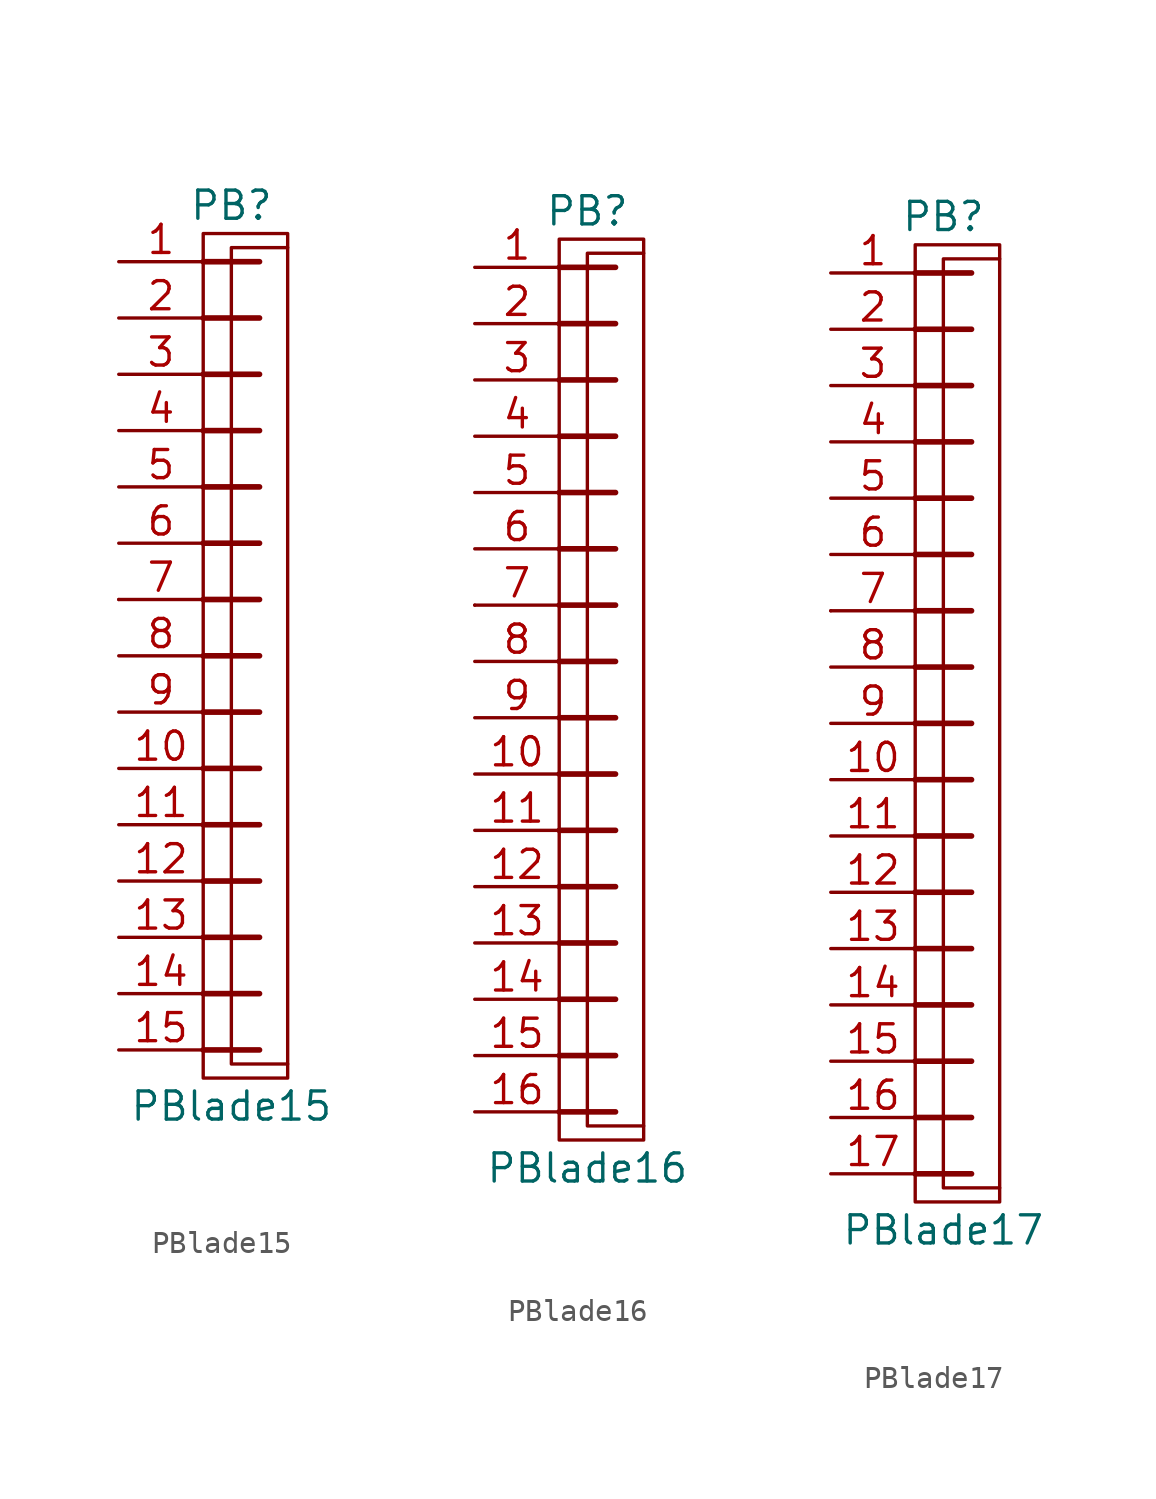
<source format=kicad_sym>
(kicad_symbol_lib
  (version 20211014)
  (generator kicad_symbol_editor)
  (symbol "PBlade15"
    (pin_names
      (offset 1.016) hide)
    (property "Reference" "PB"
      (at -1.27 20.32 0)
      (effects (font (size 1.27 1.27))))
    (property "Value" "PBlade15"
      (at -1.27 -20.32 0)
      (effects (font (size 1.27 1.27))))
    (property "Footprint" ""
      (at -1.27 13.97 0)
      (effects (font (size 1.524 1.524))))
    (property "Datasheet" ""
      (at -1.27 13.97 0)
      (effects (font (size 1.524 1.524))))
    (symbol "PBlade15_0_1"
      (rectangle (start -2.54 19.05) (end 1.27 -19.05) (stroke (width 0) (type default) (color 0 0 0 0)) (fill (type none)))
      (polyline (pts (xy -6.35 2.54) (xy -6.35 2.54)) (stroke (width 0) (type default) (color 0 0 0 0)) (fill (type none)))
      (polyline (pts (xy -2.54 -17.78) (xy 0 -17.78)) (stroke (width 0.254) (type default) (color 0 0 0 0)) (fill (type none)))
      (polyline (pts (xy -2.54 -15.24) (xy 0 -15.24)) (stroke (width 0.254) (type default) (color 0 0 0 0)) (fill (type none)))
      (polyline (pts (xy -2.54 -12.7) (xy 0 -12.7)) (stroke (width 0.254) (type default) (color 0 0 0 0)) (fill (type none)))
      (polyline (pts (xy -2.54 -10.16) (xy 0 -10.16)) (stroke (width 0.254) (type default) (color 0 0 0 0)) (fill (type none)))
      (polyline (pts (xy -2.54 -7.62) (xy 0 -7.62)) (stroke (width 0.254) (type default) (color 0 0 0 0)) (fill (type none)))
      (polyline (pts (xy -2.54 -5.08) (xy 0 -5.08)) (stroke (width 0.254) (type default) (color 0 0 0 0)) (fill (type none)))
      (polyline (pts (xy -2.54 -2.54) (xy 0 -2.54)) (stroke (width 0.254) (type default) (color 0 0 0 0)) (fill (type none)))
      (polyline (pts (xy -2.54 0) (xy 0 0)) (stroke (width 0.254) (type default) (color 0 0 0 0)) (fill (type none)))
      (polyline (pts (xy -2.54 2.54) (xy 0 2.54)) (stroke (width 0.254) (type default) (color 0 0 0 0)) (fill (type none)))
      (polyline (pts (xy -2.54 5.08) (xy 0 5.08)) (stroke (width 0.254) (type default) (color 0 0 0 0)) (fill (type none)))
      (polyline (pts (xy -2.54 7.62) (xy 0 7.62)) (stroke (width 0.254) (type default) (color 0 0 0 0)) (fill (type none)))
      (polyline (pts (xy -2.54 10.16) (xy 0 10.16)) (stroke (width 0.254) (type default) (color 0 0 0 0)) (fill (type none)))
      (polyline (pts (xy -2.54 12.7) (xy 0 12.7)) (stroke (width 0.254) (type default) (color 0 0 0 0)) (fill (type none)))
      (polyline (pts (xy -2.54 15.24) (xy 0 15.24)) (stroke (width 0.254) (type default) (color 0 0 0 0)) (fill (type none)))
      (polyline (pts (xy -2.54 17.78) (xy 0 17.78)) (stroke (width 0.254) (type default) (color 0 0 0 0)) (fill (type none)))
      (polyline (pts (xy 1.27 18.415) (xy -1.27 18.415) (xy -1.27 -18.415) (xy 1.27 -18.415)) (stroke (width 0) (type default) (color 0 0 0 0)) (fill (type none))))
    (symbol "PBlade15_1_1"
      (pin passive line (at -6.35 17.78 0) (length 3.81) (name "~" (effects (font (size 1.27 1.27)))) (number "1" (effects (font (size 1.27 1.27)))))
      (pin passive line (at -6.35 -5.08 0) (length 3.81) (name "~" (effects (font (size 1.27 1.27)))) (number "10" (effects (font (size 1.27 1.27)))))
      (pin passive line (at -6.35 -7.62 0) (length 3.81) (name "~" (effects (font (size 1.27 1.27)))) (number "11" (effects (font (size 1.27 1.27)))))
      (pin passive line (at -6.35 -10.16 0) (length 3.81) (name "~" (effects (font (size 1.27 1.27)))) (number "12" (effects (font (size 1.27 1.27)))))
      (pin passive line (at -6.35 -12.7 0) (length 3.81) (name "~" (effects (font (size 1.27 1.27)))) (number "13" (effects (font (size 1.27 1.27)))))
      (pin passive line (at -6.35 -15.24 0) (length 3.81) (name "~" (effects (font (size 1.27 1.27)))) (number "14" (effects (font (size 1.27 1.27)))))
      (pin passive line (at -6.35 -17.78 0) (length 3.81) (name "~" (effects (font (size 1.27 1.27)))) (number "15" (effects (font (size 1.27 1.27)))))
      (pin passive line (at -6.35 15.24 0) (length 3.81) (name "~" (effects (font (size 1.27 1.27)))) (number "2" (effects (font (size 1.27 1.27)))))
      (pin passive line (at -6.35 12.7 0) (length 3.81) (name "~" (effects (font (size 1.27 1.27)))) (number "3" (effects (font (size 1.27 1.27)))))
      (pin passive line (at -6.35 10.16 0) (length 3.81) (name "~" (effects (font (size 1.27 1.27)))) (number "4" (effects (font (size 1.27 1.27)))))
      (pin passive line (at -6.35 7.62 0) (length 3.81) (name "~" (effects (font (size 1.27 1.27)))) (number "5" (effects (font (size 1.27 1.27)))))
      (pin passive line (at -6.35 5.08 0) (length 3.81) (name "~" (effects (font (size 1.27 1.27)))) (number "6" (effects (font (size 1.27 1.27)))))
      (pin passive line (at -6.35 2.54 0) (length 3.81) (name "~" (effects (font (size 1.27 1.27)))) (number "7" (effects (font (size 1.27 1.27)))))
      (pin passive line (at -6.35 0 0) (length 3.81) (name "~" (effects (font (size 1.27 1.27)))) (number "8" (effects (font (size 1.27 1.27)))))
      (pin passive line (at -6.35 -2.54 0) (length 3.81) (name "~" (effects (font (size 1.27 1.27)))) (number "9" (effects (font (size 1.27 1.27)))))))
  (symbol "PBlade16"
    (pin_names
      (offset 1.016) hide)
    (property "Reference" "PB"
      (at -1.27 20.32 0)
      (effects (font (size 1.27 1.27))))
    (property "Value" "PBlade16"
      (at -1.27 -22.86 0)
      (effects (font (size 1.27 1.27))))
    (property "Footprint" ""
      (at -1.27 13.97 0)
      (effects (font (size 1.524 1.524))))
    (property "Datasheet" ""
      (at -1.27 13.97 0)
      (effects (font (size 1.524 1.524))))
    (symbol "PBlade16_0_1"
      (rectangle (start -2.54 19.05) (end 1.27 -21.59) (stroke (width 0) (type default) (color 0 0 0 0)) (fill (type none)))
      (polyline (pts (xy -6.35 2.54) (xy -6.35 2.54)) (stroke (width 0) (type default) (color 0 0 0 0)) (fill (type none)))
      (polyline (pts (xy -2.54 -20.32) (xy 0 -20.32)) (stroke (width 0.254) (type default) (color 0 0 0 0)) (fill (type none)))
      (polyline (pts (xy -2.54 -17.78) (xy 0 -17.78)) (stroke (width 0.254) (type default) (color 0 0 0 0)) (fill (type none)))
      (polyline (pts (xy -2.54 -15.24) (xy 0 -15.24)) (stroke (width 0.254) (type default) (color 0 0 0 0)) (fill (type none)))
      (polyline (pts (xy -2.54 -12.7) (xy 0 -12.7)) (stroke (width 0.254) (type default) (color 0 0 0 0)) (fill (type none)))
      (polyline (pts (xy -2.54 -10.16) (xy 0 -10.16)) (stroke (width 0.254) (type default) (color 0 0 0 0)) (fill (type none)))
      (polyline (pts (xy -2.54 -7.62) (xy 0 -7.62)) (stroke (width 0.254) (type default) (color 0 0 0 0)) (fill (type none)))
      (polyline (pts (xy -2.54 -5.08) (xy 0 -5.08)) (stroke (width 0.254) (type default) (color 0 0 0 0)) (fill (type none)))
      (polyline (pts (xy -2.54 -2.54) (xy 0 -2.54)) (stroke (width 0.254) (type default) (color 0 0 0 0)) (fill (type none)))
      (polyline (pts (xy -2.54 0) (xy 0 0)) (stroke (width 0.254) (type default) (color 0 0 0 0)) (fill (type none)))
      (polyline (pts (xy -2.54 2.54) (xy 0 2.54)) (stroke (width 0.254) (type default) (color 0 0 0 0)) (fill (type none)))
      (polyline (pts (xy -2.54 5.08) (xy 0 5.08)) (stroke (width 0.254) (type default) (color 0 0 0 0)) (fill (type none)))
      (polyline (pts (xy -2.54 7.62) (xy 0 7.62)) (stroke (width 0.254) (type default) (color 0 0 0 0)) (fill (type none)))
      (polyline (pts (xy -2.54 10.16) (xy 0 10.16)) (stroke (width 0.254) (type default) (color 0 0 0 0)) (fill (type none)))
      (polyline (pts (xy -2.54 12.7) (xy 0 12.7)) (stroke (width 0.254) (type default) (color 0 0 0 0)) (fill (type none)))
      (polyline (pts (xy -2.54 15.24) (xy 0 15.24)) (stroke (width 0.254) (type default) (color 0 0 0 0)) (fill (type none)))
      (polyline (pts (xy -2.54 17.78) (xy 0 17.78)) (stroke (width 0.254) (type default) (color 0 0 0 0)) (fill (type none)))
      (polyline (pts (xy 1.27 18.415) (xy -1.27 18.415) (xy -1.27 -20.955) (xy 1.27 -20.955)) (stroke (width 0) (type default) (color 0 0 0 0)) (fill (type none))))
    (symbol "PBlade16_1_1"
      (pin passive line (at -6.35 17.78 0) (length 3.81) (name "~" (effects (font (size 1.27 1.27)))) (number "1" (effects (font (size 1.27 1.27)))))
      (pin passive line (at -6.35 -5.08 0) (length 3.81) (name "~" (effects (font (size 1.27 1.27)))) (number "10" (effects (font (size 1.27 1.27)))))
      (pin passive line (at -6.35 -7.62 0) (length 3.81) (name "~" (effects (font (size 1.27 1.27)))) (number "11" (effects (font (size 1.27 1.27)))))
      (pin passive line (at -6.35 -10.16 0) (length 3.81) (name "~" (effects (font (size 1.27 1.27)))) (number "12" (effects (font (size 1.27 1.27)))))
      (pin passive line (at -6.35 -12.7 0) (length 3.81) (name "~" (effects (font (size 1.27 1.27)))) (number "13" (effects (font (size 1.27 1.27)))))
      (pin passive line (at -6.35 -15.24 0) (length 3.81) (name "~" (effects (font (size 1.27 1.27)))) (number "14" (effects (font (size 1.27 1.27)))))
      (pin passive line (at -6.35 -17.78 0) (length 3.81) (name "~" (effects (font (size 1.27 1.27)))) (number "15" (effects (font (size 1.27 1.27)))))
      (pin passive line (at -6.35 -20.32 0) (length 3.81) (name "~" (effects (font (size 1.27 1.27)))) (number "16" (effects (font (size 1.27 1.27)))))
      (pin passive line (at -6.35 15.24 0) (length 3.81) (name "~" (effects (font (size 1.27 1.27)))) (number "2" (effects (font (size 1.27 1.27)))))
      (pin passive line (at -6.35 12.7 0) (length 3.81) (name "~" (effects (font (size 1.27 1.27)))) (number "3" (effects (font (size 1.27 1.27)))))
      (pin passive line (at -6.35 10.16 0) (length 3.81) (name "~" (effects (font (size 1.27 1.27)))) (number "4" (effects (font (size 1.27 1.27)))))
      (pin passive line (at -6.35 7.62 0) (length 3.81) (name "~" (effects (font (size 1.27 1.27)))) (number "5" (effects (font (size 1.27 1.27)))))
      (pin passive line (at -6.35 5.08 0) (length 3.81) (name "~" (effects (font (size 1.27 1.27)))) (number "6" (effects (font (size 1.27 1.27)))))
      (pin passive line (at -6.35 2.54 0) (length 3.81) (name "~" (effects (font (size 1.27 1.27)))) (number "7" (effects (font (size 1.27 1.27)))))
      (pin passive line (at -6.35 0 0) (length 3.81) (name "~" (effects (font (size 1.27 1.27)))) (number "8" (effects (font (size 1.27 1.27)))))
      (pin passive line (at -6.35 -2.54 0) (length 3.81) (name "~" (effects (font (size 1.27 1.27)))) (number "9" (effects (font (size 1.27 1.27)))))))
  (symbol "PBlade17"
    (pin_names
      (offset 1.016) hide)
    (property "Reference" "PB"
      (at -1.27 22.86 0)
      (effects (font (size 1.27 1.27))))
    (property "Value" "PBlade17"
      (at -1.27 -22.86 0)
      (effects (font (size 1.27 1.27))))
    (property "Footprint" ""
      (at -1.27 16.51 0)
      (effects (font (size 1.524 1.524))))
    (property "Datasheet" ""
      (at -1.27 16.51 0)
      (effects (font (size 1.524 1.524))))
    (symbol "PBlade17_0_1"
      (rectangle (start -2.54 21.59) (end 1.27 -21.59) (stroke (width 0) (type default) (color 0 0 0 0)) (fill (type none)))
      (polyline (pts (xy -6.35 5.08) (xy -6.35 5.08)) (stroke (width 0) (type default) (color 0 0 0 0)) (fill (type none)))
      (polyline (pts (xy -2.54 -20.32) (xy 0 -20.32)) (stroke (width 0.254) (type default) (color 0 0 0 0)) (fill (type none)))
      (polyline (pts (xy -2.54 -17.78) (xy 0 -17.78)) (stroke (width 0.254) (type default) (color 0 0 0 0)) (fill (type none)))
      (polyline (pts (xy -2.54 -15.24) (xy 0 -15.24)) (stroke (width 0.254) (type default) (color 0 0 0 0)) (fill (type none)))
      (polyline (pts (xy -2.54 -12.7) (xy 0 -12.7)) (stroke (width 0.254) (type default) (color 0 0 0 0)) (fill (type none)))
      (polyline (pts (xy -2.54 -10.16) (xy 0 -10.16)) (stroke (width 0.254) (type default) (color 0 0 0 0)) (fill (type none)))
      (polyline (pts (xy -2.54 -7.62) (xy 0 -7.62)) (stroke (width 0.254) (type default) (color 0 0 0 0)) (fill (type none)))
      (polyline (pts (xy -2.54 -5.08) (xy 0 -5.08)) (stroke (width 0.254) (type default) (color 0 0 0 0)) (fill (type none)))
      (polyline (pts (xy -2.54 -2.54) (xy 0 -2.54)) (stroke (width 0.254) (type default) (color 0 0 0 0)) (fill (type none)))
      (polyline (pts (xy -2.54 0) (xy 0 0)) (stroke (width 0.254) (type default) (color 0 0 0 0)) (fill (type none)))
      (polyline (pts (xy -2.54 2.54) (xy 0 2.54)) (stroke (width 0.254) (type default) (color 0 0 0 0)) (fill (type none)))
      (polyline (pts (xy -2.54 5.08) (xy 0 5.08)) (stroke (width 0.254) (type default) (color 0 0 0 0)) (fill (type none)))
      (polyline (pts (xy -2.54 7.62) (xy 0 7.62)) (stroke (width 0.254) (type default) (color 0 0 0 0)) (fill (type none)))
      (polyline (pts (xy -2.54 10.16) (xy 0 10.16)) (stroke (width 0.254) (type default) (color 0 0 0 0)) (fill (type none)))
      (polyline (pts (xy -2.54 12.7) (xy 0 12.7)) (stroke (width 0.254) (type default) (color 0 0 0 0)) (fill (type none)))
      (polyline (pts (xy -2.54 15.24) (xy 0 15.24)) (stroke (width 0.254) (type default) (color 0 0 0 0)) (fill (type none)))
      (polyline (pts (xy -2.54 17.78) (xy 0 17.78)) (stroke (width 0.254) (type default) (color 0 0 0 0)) (fill (type none)))
      (polyline (pts (xy -2.54 20.32) (xy 0 20.32)) (stroke (width 0.254) (type default) (color 0 0 0 0)) (fill (type none)))
      (polyline (pts (xy 1.27 20.955) (xy -1.27 20.955) (xy -1.27 -20.955) (xy 1.27 -20.955)) (stroke (width 0) (type default) (color 0 0 0 0)) (fill (type none))))
    (symbol "PBlade17_1_1"
      (pin passive line (at -6.35 20.32 0) (length 3.81) (name "~" (effects (font (size 1.27 1.27)))) (number "1" (effects (font (size 1.27 1.27)))))
      (pin passive line (at -6.35 -2.54 0) (length 3.81) (name "~" (effects (font (size 1.27 1.27)))) (number "10" (effects (font (size 1.27 1.27)))))
      (pin passive line (at -6.35 -5.08 0) (length 3.81) (name "~" (effects (font (size 1.27 1.27)))) (number "11" (effects (font (size 1.27 1.27)))))
      (pin passive line (at -6.35 -7.62 0) (length 3.81) (name "~" (effects (font (size 1.27 1.27)))) (number "12" (effects (font (size 1.27 1.27)))))
      (pin passive line (at -6.35 -10.16 0) (length 3.81) (name "~" (effects (font (size 1.27 1.27)))) (number "13" (effects (font (size 1.27 1.27)))))
      (pin passive line (at -6.35 -12.7 0) (length 3.81) (name "~" (effects (font (size 1.27 1.27)))) (number "14" (effects (font (size 1.27 1.27)))))
      (pin passive line (at -6.35 -15.24 0) (length 3.81) (name "~" (effects (font (size 1.27 1.27)))) (number "15" (effects (font (size 1.27 1.27)))))
      (pin passive line (at -6.35 -17.78 0) (length 3.81) (name "~" (effects (font (size 1.27 1.27)))) (number "16" (effects (font (size 1.27 1.27)))))
      (pin passive line (at -6.35 -20.32 0) (length 3.81) (name "~" (effects (font (size 1.27 1.27)))) (number "17" (effects (font (size 1.27 1.27)))))
      (pin passive line (at -6.35 17.78 0) (length 3.81) (name "~" (effects (font (size 1.27 1.27)))) (number "2" (effects (font (size 1.27 1.27)))))
      (pin passive line (at -6.35 15.24 0) (length 3.81) (name "~" (effects (font (size 1.27 1.27)))) (number "3" (effects (font (size 1.27 1.27)))))
      (pin passive line (at -6.35 12.7 0) (length 3.81) (name "~" (effects (font (size 1.27 1.27)))) (number "4" (effects (font (size 1.27 1.27)))))
      (pin passive line (at -6.35 10.16 0) (length 3.81) (name "~" (effects (font (size 1.27 1.27)))) (number "5" (effects (font (size 1.27 1.27)))))
      (pin passive line (at -6.35 7.62 0) (length 3.81) (name "~" (effects (font (size 1.27 1.27)))) (number "6" (effects (font (size 1.27 1.27)))))
      (pin passive line (at -6.35 5.08 0) (length 3.81) (name "~" (effects (font (size 1.27 1.27)))) (number "7" (effects (font (size 1.27 1.27)))))
      (pin passive line (at -6.35 2.54 0) (length 3.81) (name "~" (effects (font (size 1.27 1.27)))) (number "8" (effects (font (size 1.27 1.27)))))
      (pin passive line (at -6.35 0 0) (length 3.81) (name "~" (effects (font (size 1.27 1.27)))) (number "9" (effects (font (size 1.27 1.27))))))))
</source>
